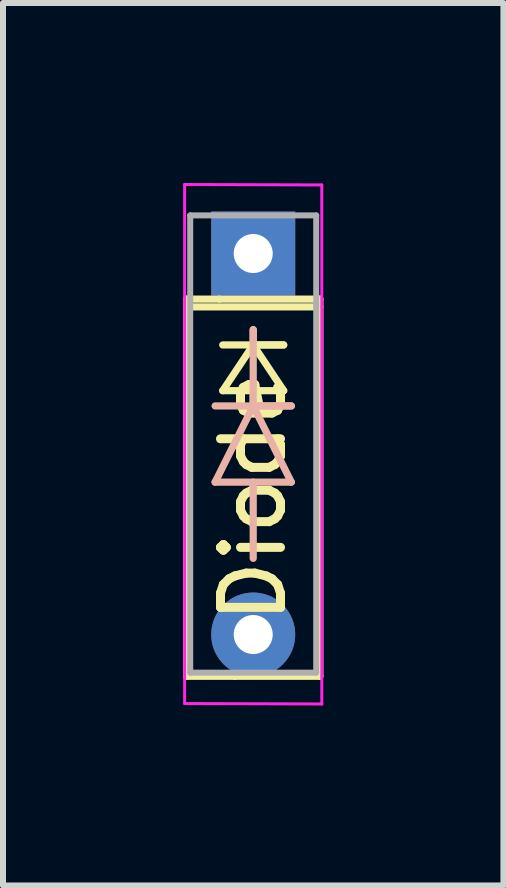
<source format=kicad_pcb>
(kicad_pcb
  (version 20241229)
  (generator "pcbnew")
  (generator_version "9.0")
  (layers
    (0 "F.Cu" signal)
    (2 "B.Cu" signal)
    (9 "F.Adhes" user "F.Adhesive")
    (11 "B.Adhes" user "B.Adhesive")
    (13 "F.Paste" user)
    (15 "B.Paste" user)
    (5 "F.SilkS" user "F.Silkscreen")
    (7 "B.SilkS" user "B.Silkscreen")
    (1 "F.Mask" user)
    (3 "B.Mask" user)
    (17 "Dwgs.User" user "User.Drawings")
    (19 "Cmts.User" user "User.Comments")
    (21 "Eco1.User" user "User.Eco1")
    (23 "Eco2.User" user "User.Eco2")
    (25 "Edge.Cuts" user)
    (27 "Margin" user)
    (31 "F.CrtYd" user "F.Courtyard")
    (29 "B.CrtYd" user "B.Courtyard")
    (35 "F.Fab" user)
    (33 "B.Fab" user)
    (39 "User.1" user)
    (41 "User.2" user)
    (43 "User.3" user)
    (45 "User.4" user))
  (footprint "Diode"
    (layer "F.Cu")
    (at 1.17 1.175)
    (property "Reference" "Diode" (at 0 4.064 90) (layer "F.SilkS") (effects (font (size 1 1) (thickness 0.15))))
    (attr through_hole)
    (fp_line (start -1.11 0.76) (end -1.11 7.045) (stroke (width 0.12) (type solid)) (layer "F.SilkS"))
    (fp_line (start -1.11 0.76) (end -0.563 0.76) (stroke (width 0.12) (type solid)) (layer "F.SilkS"))
    (fp_line (start -1.11 0.889) (end 1.11 0.889) (stroke (width 0.12) (type solid)) (layer "F.SilkS"))
    (fp_line (start -1.11 7.045) (end -0.308 7.045) (stroke (width 0.12) (type solid)) (layer "F.SilkS"))
    (fp_line (start -0.563 0.76) (end 1.11 0.76) (stroke (width 0.12) (type solid)) (layer "F.SilkS"))
    (fp_line (start -0.508 1.524) (end 0.508 1.524) (stroke (width 0.12) (type solid)) (layer "F.SilkS"))
    (fp_line (start -0.508 2.286) (end 0.508 2.286) (stroke (width 0.12) (type solid)) (layer "F.SilkS"))
    (fp_line (start -0.308 7.045) (end 1.11 7.045) (stroke (width 0.12) (type solid)) (layer "F.SilkS"))
    (fp_line (start 0 1.524) (end -0.508 2.286) (stroke (width 0.12) (type solid)) (layer "F.SilkS"))
    (fp_line (start 0 1.524) (end 0 1.27) (stroke (width 0.12) (type solid)) (layer "F.SilkS"))
    (fp_line (start 0 2.286) (end 0 2.54) (stroke (width 0.12) (type solid)) (layer "F.SilkS"))
    (fp_line (start 0.508 1.524) (end 0 1.524) (stroke (width 0.12) (type solid)) (layer "F.SilkS"))
    (fp_line (start 0.508 2.286) (end 0 1.524) (stroke (width 0.12) (type solid)) (layer "F.SilkS"))
    (fp_line (start 1.11 0.76) (end 1.11 7.045) (stroke (width 0.12) (type solid)) (layer "F.SilkS"))
    (fp_line (start -0.635 2.54) (end 0.635 2.54) (stroke (width 0.12) (type solid)) (layer "B.SilkS"))
    (fp_line (start -0.635 3.81) (end 0.635 3.81) (stroke (width 0.12) (type solid)) (layer "B.SilkS"))
    (fp_line (start 0 2.54) (end -0.635 3.81) (stroke (width 0.12) (type solid)) (layer "B.SilkS"))
    (fp_line (start 0 2.54) (end 0 1.27) (stroke (width 0.12) (type solid)) (layer "B.SilkS"))
    (fp_line (start 0 3.81) (end 0 5.08) (stroke (width 0.12) (type solid)) (layer "B.SilkS"))
    (fp_line (start 0.635 2.54) (end 0 2.54) (stroke (width 0.12) (type solid)) (layer "B.SilkS"))
    (fp_line (start 0.635 3.81) (end 0 2.54) (stroke (width 0.12) (type solid)) (layer "B.SilkS"))
    (fp_line (start -1.143 -1.15) (end -1.143 7.5) (stroke (width 0.05) (type solid)) (layer "F.CrtYd"))
    (fp_line (start -1.143 7.5) (end 1.143 7.507) (stroke (width 0.05) (type solid)) (layer "F.CrtYd"))
    (fp_line (start 1.143 -1.143) (end -1.143 -1.15) (stroke (width 0.05) (type solid)) (layer "F.CrtYd"))
    (fp_line (start 1.143 7.507) (end 1.143 -1.143) (stroke (width 0.05) (type solid)) (layer "F.CrtYd"))
    (fp_line (start -1.05 -0.635) (end 1.05 -0.635) (stroke (width 0.1) (type solid)) (layer "F.Fab"))
    (fp_line (start -1.05 6.985) (end -1.05 -0.635) (stroke (width 0.1) (type solid)) (layer "F.Fab"))
    (fp_line (start 1.05 -0.635) (end 1.05 6.985) (stroke (width 0.1) (type solid)) (layer "F.Fab"))
    (fp_line (start 1.05 6.985) (end -1.05 6.985) (stroke (width 0.1) (type solid)) (layer "F.Fab"))
    (pad "1" thru_hole rect (at 0 0) (size 1.4 1.4) (drill 0.65) (layers "*.Cu" "*.Mask"))
    (pad "2" thru_hole circle (at 0 6.35) (size 1.4 1.4) (drill 0.65) (layers "*.Cu" "*.Mask")))
  (gr_rect
    (start -3 -3)
    (end 5.34 11.707)
    (stroke (width 0.1) (type default))
    (fill no)
    (layer "Edge.Cuts")))
</source>
